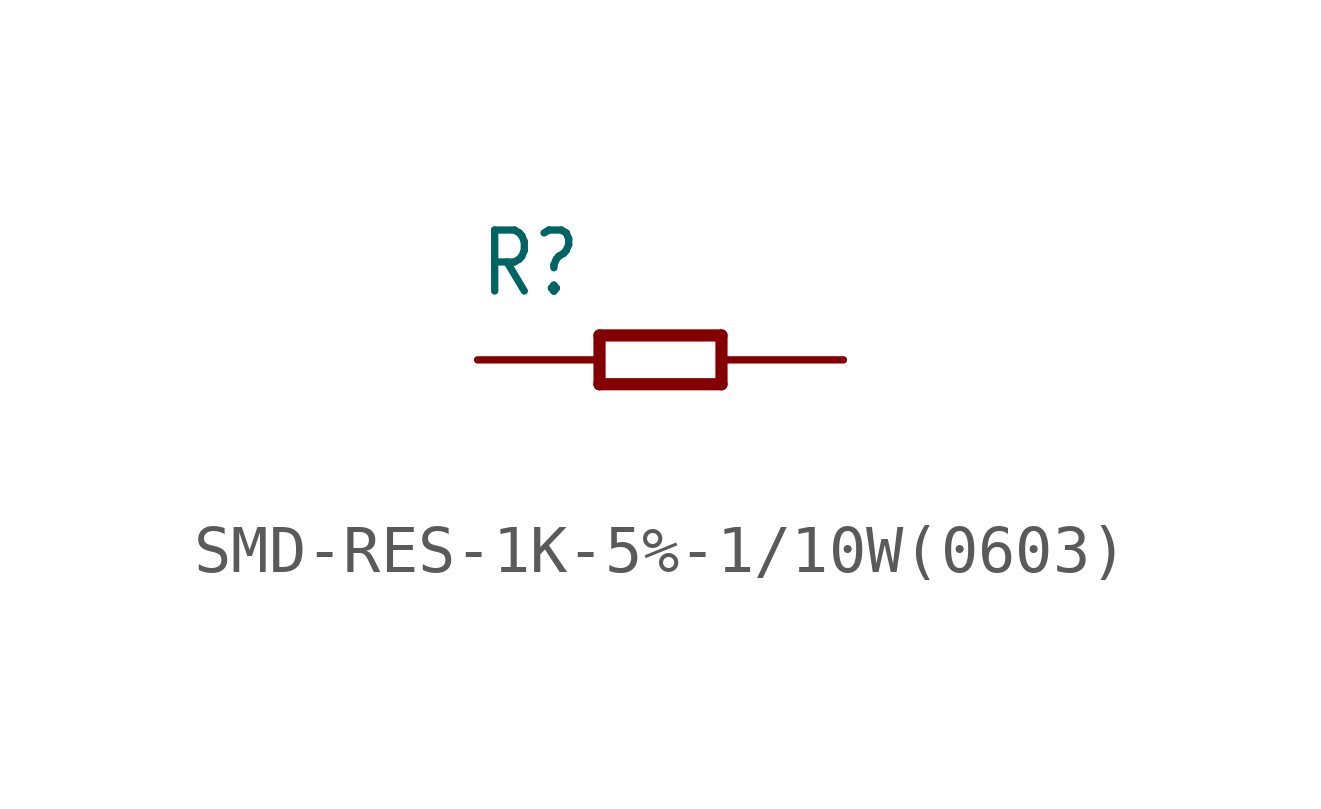
<source format=kicad_sym>
(kicad_symbol_lib
  (version 20220914)
  (generator kicad_symbol_editor)
  (symbol "SMD-RES-1K-5%-1/10W(0603)"
    (property "Reference" "R"
      (at -3.81 1.27 0)
      (effects (font (size 1.27 1.079)) (justify left bottom)))
    (property "Value" ""
      (at -3.81 -2.54 0)
      (effects (font (size 1.27 1.079)) (justify left bottom)))
    (property "ki_locked" ""
      (at 0 0 0)
      (effects (font (size 1.27 1.27))))
    (symbol "SMD-RES-1K-5%-1/10W(0603)_1_0"
      (polyline (pts (xy -1.27 -0.508) (xy -1.27 0.508)) (stroke (width 0.254) (type solid)) (fill (type none)))
      (polyline (pts (xy -1.27 0.508) (xy 1.27 0.508)) (stroke (width 0.254) (type solid)) (fill (type none)))
      (polyline (pts (xy 1.27 -0.508) (xy -1.27 -0.508)) (stroke (width 0.254) (type solid)) (fill (type none)))
      (polyline (pts (xy 1.27 0.508) (xy 1.27 -0.508)) (stroke (width 0.254) (type solid)) (fill (type none)))
      (pin passive line (at -3.81 0 0) (length 2.54) (name "1" (effects (font (size 0 0)))) (number "1" (effects (font (size 0 0)))))
      (pin passive line (at 3.81 0 180) (length 2.54) (name "2" (effects (font (size 0 0)))) (number "2" (effects (font (size 0 0))))))))
</source>
